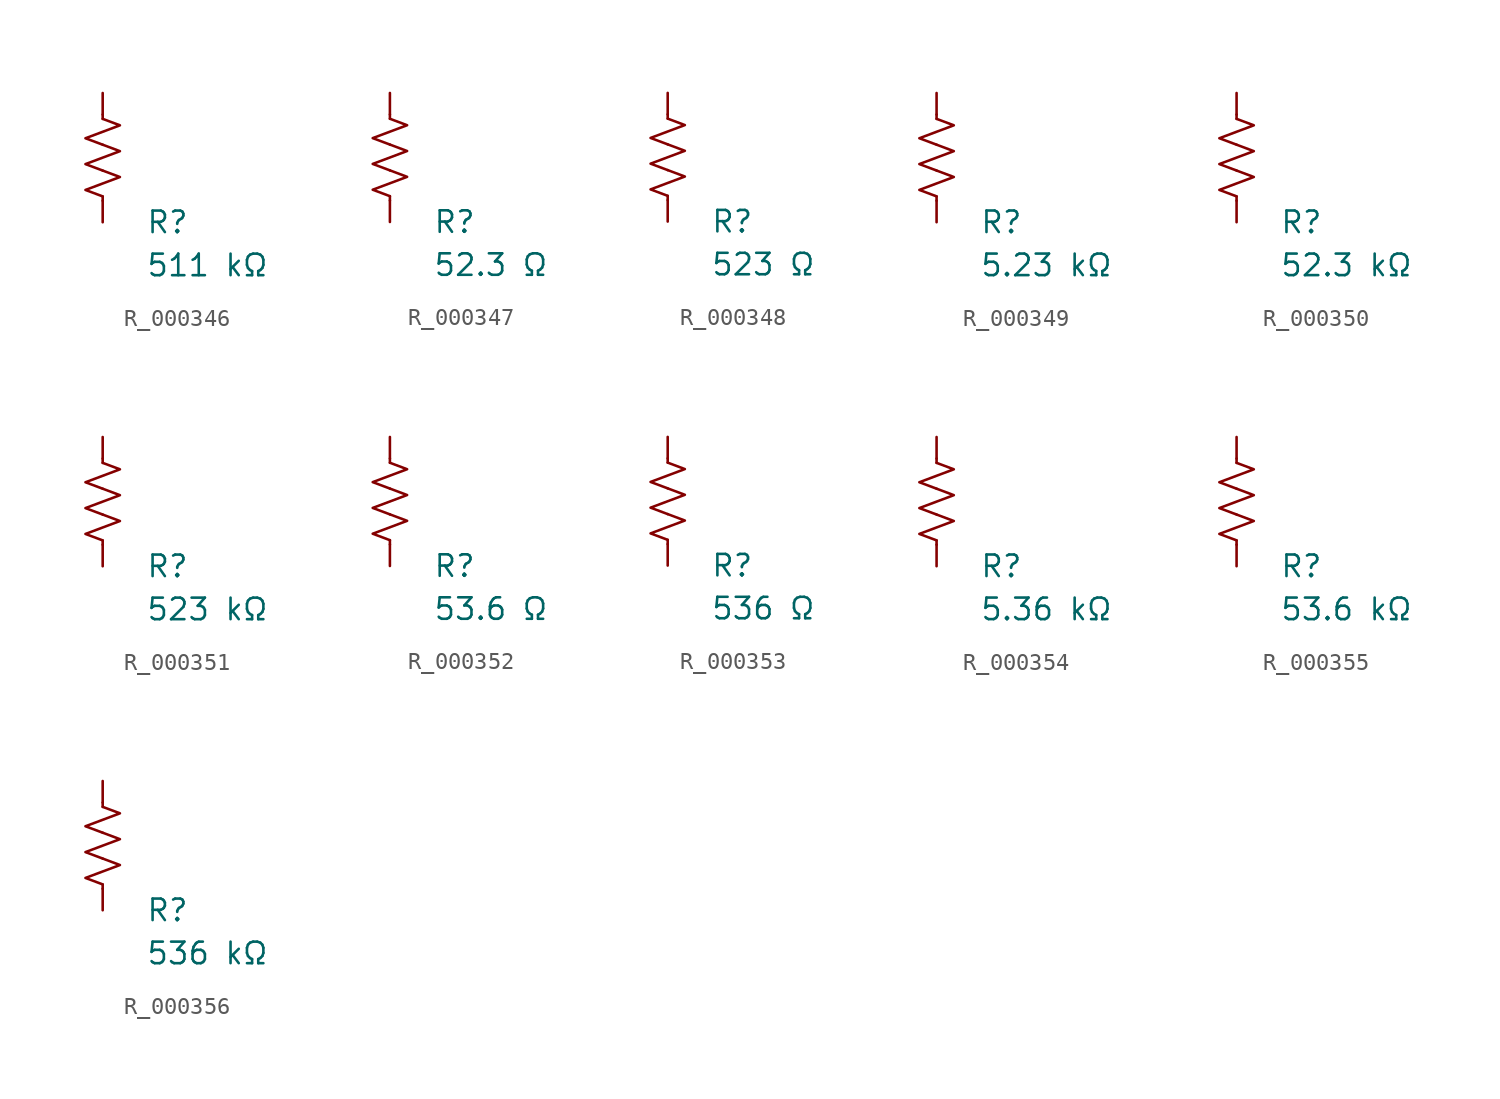
<source format=kicad_sym>
(kicad_symbol_lib
  (version 20231120)
  (generator "kicad_symbol_editor")
  (generator_version "8.0")
  (symbol "R_000346"
    (pin_numbers hide)
    (pin_names
      (offset 0))
    (property "Reference" "R"
      (at 2.54 -3.81 0)
      (effects (font (size 1.27 1.27)) (justify left))
      (show_name no))
    (property "Value" "511 kΩ"
      (at 2.54 -6.35 0)
      (effects (font (size 1.27 1.27)) (justify left))
      (show_name no))
    (symbol "R_000346_0_1"
      (polyline (pts (xy 0 -2.286) (xy 0 -2.54)) (stroke (width 0) (type default)) (fill (type none)))
      (polyline (pts (xy 0 2.286) (xy 0 2.54)) (stroke (width 0) (type default)) (fill (type none)))
      (polyline (pts (xy 0 -0.762) (xy 1.016 -1.143) (xy 0 -1.524) (xy -1.016 -1.905) (xy 0 -2.286)) (stroke (width 0) (type default)) (fill (type none)))
      (polyline (pts (xy 0 0.762) (xy 1.016 0.381) (xy 0 0) (xy -1.016 -0.381) (xy 0 -0.762)) (stroke (width 0) (type default)) (fill (type none)))
      (polyline (pts (xy 0 2.286) (xy 1.016 1.905) (xy 0 1.524) (xy -1.016 1.143) (xy 0 0.762)) (stroke (width 0) (type default)) (fill (type none))))
    (symbol "R_000346_1_1"
      (pin passive line (at 0 3.81 270) (length 1.27) (name "~" (effects (font (size 1.27 1.27)))) (number "1" (effects (font (size 1.27 1.27)))))
      (pin passive line (at 0 -3.81 90) (length 1.27) (name "~" (effects (font (size 1.27 1.27)))) (number "2" (effects (font (size 1.27 1.27)))))))
  (symbol "R_000347"
    (pin_numbers hide)
    (pin_names
      (offset 0))
    (property "Reference" "R"
      (at 2.54 -3.81 0)
      (effects (font (size 1.27 1.27)) (justify left))
      (show_name no))
    (property "Value" "52.3 Ω"
      (at 2.54 -6.35 0)
      (effects (font (size 1.27 1.27)) (justify left))
      (show_name no))
    (symbol "R_000347_0_1"
      (polyline (pts (xy 0 -2.286) (xy 0 -2.54)) (stroke (width 0) (type default)) (fill (type none)))
      (polyline (pts (xy 0 2.286) (xy 0 2.54)) (stroke (width 0) (type default)) (fill (type none)))
      (polyline (pts (xy 0 -0.762) (xy 1.016 -1.143) (xy 0 -1.524) (xy -1.016 -1.905) (xy 0 -2.286)) (stroke (width 0) (type default)) (fill (type none)))
      (polyline (pts (xy 0 0.762) (xy 1.016 0.381) (xy 0 0) (xy -1.016 -0.381) (xy 0 -0.762)) (stroke (width 0) (type default)) (fill (type none)))
      (polyline (pts (xy 0 2.286) (xy 1.016 1.905) (xy 0 1.524) (xy -1.016 1.143) (xy 0 0.762)) (stroke (width 0) (type default)) (fill (type none))))
    (symbol "R_000347_1_1"
      (pin passive line (at 0 3.81 270) (length 1.27) (name "~" (effects (font (size 1.27 1.27)))) (number "1" (effects (font (size 1.27 1.27)))))
      (pin passive line (at 0 -3.81 90) (length 1.27) (name "~" (effects (font (size 1.27 1.27)))) (number "2" (effects (font (size 1.27 1.27)))))))
  (symbol "R_000348"
    (pin_numbers hide)
    (pin_names
      (offset 0))
    (property "Reference" "R"
      (at 2.54 -3.81 0)
      (effects (font (size 1.27 1.27)) (justify left))
      (show_name no))
    (property "Value" "523 Ω"
      (at 2.54 -6.35 0)
      (effects (font (size 1.27 1.27)) (justify left))
      (show_name no))
    (symbol "R_000348_0_1"
      (polyline (pts (xy 0 -2.286) (xy 0 -2.54)) (stroke (width 0) (type default)) (fill (type none)))
      (polyline (pts (xy 0 2.286) (xy 0 2.54)) (stroke (width 0) (type default)) (fill (type none)))
      (polyline (pts (xy 0 -0.762) (xy 1.016 -1.143) (xy 0 -1.524) (xy -1.016 -1.905) (xy 0 -2.286)) (stroke (width 0) (type default)) (fill (type none)))
      (polyline (pts (xy 0 0.762) (xy 1.016 0.381) (xy 0 0) (xy -1.016 -0.381) (xy 0 -0.762)) (stroke (width 0) (type default)) (fill (type none)))
      (polyline (pts (xy 0 2.286) (xy 1.016 1.905) (xy 0 1.524) (xy -1.016 1.143) (xy 0 0.762)) (stroke (width 0) (type default)) (fill (type none))))
    (symbol "R_000348_1_1"
      (pin passive line (at 0 3.81 270) (length 1.27) (name "~" (effects (font (size 1.27 1.27)))) (number "1" (effects (font (size 1.27 1.27)))))
      (pin passive line (at 0 -3.81 90) (length 1.27) (name "~" (effects (font (size 1.27 1.27)))) (number "2" (effects (font (size 1.27 1.27)))))))
  (symbol "R_000349"
    (pin_numbers hide)
    (pin_names
      (offset 0))
    (property "Reference" "R"
      (at 2.54 -3.81 0)
      (effects (font (size 1.27 1.27)) (justify left))
      (show_name no))
    (property "Value" "5.23 kΩ"
      (at 2.54 -6.35 0)
      (effects (font (size 1.27 1.27)) (justify left))
      (show_name no))
    (symbol "R_000349_0_1"
      (polyline (pts (xy 0 -2.286) (xy 0 -2.54)) (stroke (width 0) (type default)) (fill (type none)))
      (polyline (pts (xy 0 2.286) (xy 0 2.54)) (stroke (width 0) (type default)) (fill (type none)))
      (polyline (pts (xy 0 -0.762) (xy 1.016 -1.143) (xy 0 -1.524) (xy -1.016 -1.905) (xy 0 -2.286)) (stroke (width 0) (type default)) (fill (type none)))
      (polyline (pts (xy 0 0.762) (xy 1.016 0.381) (xy 0 0) (xy -1.016 -0.381) (xy 0 -0.762)) (stroke (width 0) (type default)) (fill (type none)))
      (polyline (pts (xy 0 2.286) (xy 1.016 1.905) (xy 0 1.524) (xy -1.016 1.143) (xy 0 0.762)) (stroke (width 0) (type default)) (fill (type none))))
    (symbol "R_000349_1_1"
      (pin passive line (at 0 3.81 270) (length 1.27) (name "~" (effects (font (size 1.27 1.27)))) (number "1" (effects (font (size 1.27 1.27)))))
      (pin passive line (at 0 -3.81 90) (length 1.27) (name "~" (effects (font (size 1.27 1.27)))) (number "2" (effects (font (size 1.27 1.27)))))))
  (symbol "R_000350"
    (pin_numbers hide)
    (pin_names
      (offset 0))
    (property "Reference" "R"
      (at 2.54 -3.81 0)
      (effects (font (size 1.27 1.27)) (justify left))
      (show_name no))
    (property "Value" "52.3 kΩ"
      (at 2.54 -6.35 0)
      (effects (font (size 1.27 1.27)) (justify left))
      (show_name no))
    (symbol "R_000350_0_1"
      (polyline (pts (xy 0 -2.286) (xy 0 -2.54)) (stroke (width 0) (type default)) (fill (type none)))
      (polyline (pts (xy 0 2.286) (xy 0 2.54)) (stroke (width 0) (type default)) (fill (type none)))
      (polyline (pts (xy 0 -0.762) (xy 1.016 -1.143) (xy 0 -1.524) (xy -1.016 -1.905) (xy 0 -2.286)) (stroke (width 0) (type default)) (fill (type none)))
      (polyline (pts (xy 0 0.762) (xy 1.016 0.381) (xy 0 0) (xy -1.016 -0.381) (xy 0 -0.762)) (stroke (width 0) (type default)) (fill (type none)))
      (polyline (pts (xy 0 2.286) (xy 1.016 1.905) (xy 0 1.524) (xy -1.016 1.143) (xy 0 0.762)) (stroke (width 0) (type default)) (fill (type none))))
    (symbol "R_000350_1_1"
      (pin passive line (at 0 3.81 270) (length 1.27) (name "~" (effects (font (size 1.27 1.27)))) (number "1" (effects (font (size 1.27 1.27)))))
      (pin passive line (at 0 -3.81 90) (length 1.27) (name "~" (effects (font (size 1.27 1.27)))) (number "2" (effects (font (size 1.27 1.27)))))))
  (symbol "R_000351"
    (pin_numbers hide)
    (pin_names
      (offset 0))
    (property "Reference" "R"
      (at 2.54 -3.81 0)
      (effects (font (size 1.27 1.27)) (justify left))
      (show_name no))
    (property "Value" "523 kΩ"
      (at 2.54 -6.35 0)
      (effects (font (size 1.27 1.27)) (justify left))
      (show_name no))
    (symbol "R_000351_0_1"
      (polyline (pts (xy 0 -2.286) (xy 0 -2.54)) (stroke (width 0) (type default)) (fill (type none)))
      (polyline (pts (xy 0 2.286) (xy 0 2.54)) (stroke (width 0) (type default)) (fill (type none)))
      (polyline (pts (xy 0 -0.762) (xy 1.016 -1.143) (xy 0 -1.524) (xy -1.016 -1.905) (xy 0 -2.286)) (stroke (width 0) (type default)) (fill (type none)))
      (polyline (pts (xy 0 0.762) (xy 1.016 0.381) (xy 0 0) (xy -1.016 -0.381) (xy 0 -0.762)) (stroke (width 0) (type default)) (fill (type none)))
      (polyline (pts (xy 0 2.286) (xy 1.016 1.905) (xy 0 1.524) (xy -1.016 1.143) (xy 0 0.762)) (stroke (width 0) (type default)) (fill (type none))))
    (symbol "R_000351_1_1"
      (pin passive line (at 0 3.81 270) (length 1.27) (name "~" (effects (font (size 1.27 1.27)))) (number "1" (effects (font (size 1.27 1.27)))))
      (pin passive line (at 0 -3.81 90) (length 1.27) (name "~" (effects (font (size 1.27 1.27)))) (number "2" (effects (font (size 1.27 1.27)))))))
  (symbol "R_000352"
    (pin_numbers hide)
    (pin_names
      (offset 0))
    (property "Reference" "R"
      (at 2.54 -3.81 0)
      (effects (font (size 1.27 1.27)) (justify left))
      (show_name no))
    (property "Value" "53.6 Ω"
      (at 2.54 -6.35 0)
      (effects (font (size 1.27 1.27)) (justify left))
      (show_name no))
    (symbol "R_000352_0_1"
      (polyline (pts (xy 0 -2.286) (xy 0 -2.54)) (stroke (width 0) (type default)) (fill (type none)))
      (polyline (pts (xy 0 2.286) (xy 0 2.54)) (stroke (width 0) (type default)) (fill (type none)))
      (polyline (pts (xy 0 -0.762) (xy 1.016 -1.143) (xy 0 -1.524) (xy -1.016 -1.905) (xy 0 -2.286)) (stroke (width 0) (type default)) (fill (type none)))
      (polyline (pts (xy 0 0.762) (xy 1.016 0.381) (xy 0 0) (xy -1.016 -0.381) (xy 0 -0.762)) (stroke (width 0) (type default)) (fill (type none)))
      (polyline (pts (xy 0 2.286) (xy 1.016 1.905) (xy 0 1.524) (xy -1.016 1.143) (xy 0 0.762)) (stroke (width 0) (type default)) (fill (type none))))
    (symbol "R_000352_1_1"
      (pin passive line (at 0 3.81 270) (length 1.27) (name "~" (effects (font (size 1.27 1.27)))) (number "1" (effects (font (size 1.27 1.27)))))
      (pin passive line (at 0 -3.81 90) (length 1.27) (name "~" (effects (font (size 1.27 1.27)))) (number "2" (effects (font (size 1.27 1.27)))))))
  (symbol "R_000353"
    (pin_numbers hide)
    (pin_names
      (offset 0))
    (property "Reference" "R"
      (at 2.54 -3.81 0)
      (effects (font (size 1.27 1.27)) (justify left))
      (show_name no))
    (property "Value" "536 Ω"
      (at 2.54 -6.35 0)
      (effects (font (size 1.27 1.27)) (justify left))
      (show_name no))
    (symbol "R_000353_0_1"
      (polyline (pts (xy 0 -2.286) (xy 0 -2.54)) (stroke (width 0) (type default)) (fill (type none)))
      (polyline (pts (xy 0 2.286) (xy 0 2.54)) (stroke (width 0) (type default)) (fill (type none)))
      (polyline (pts (xy 0 -0.762) (xy 1.016 -1.143) (xy 0 -1.524) (xy -1.016 -1.905) (xy 0 -2.286)) (stroke (width 0) (type default)) (fill (type none)))
      (polyline (pts (xy 0 0.762) (xy 1.016 0.381) (xy 0 0) (xy -1.016 -0.381) (xy 0 -0.762)) (stroke (width 0) (type default)) (fill (type none)))
      (polyline (pts (xy 0 2.286) (xy 1.016 1.905) (xy 0 1.524) (xy -1.016 1.143) (xy 0 0.762)) (stroke (width 0) (type default)) (fill (type none))))
    (symbol "R_000353_1_1"
      (pin passive line (at 0 3.81 270) (length 1.27) (name "~" (effects (font (size 1.27 1.27)))) (number "1" (effects (font (size 1.27 1.27)))))
      (pin passive line (at 0 -3.81 90) (length 1.27) (name "~" (effects (font (size 1.27 1.27)))) (number "2" (effects (font (size 1.27 1.27)))))))
  (symbol "R_000354"
    (pin_numbers hide)
    (pin_names
      (offset 0))
    (property "Reference" "R"
      (at 2.54 -3.81 0)
      (effects (font (size 1.27 1.27)) (justify left))
      (show_name no))
    (property "Value" "5.36 kΩ"
      (at 2.54 -6.35 0)
      (effects (font (size 1.27 1.27)) (justify left))
      (show_name no))
    (symbol "R_000354_0_1"
      (polyline (pts (xy 0 -2.286) (xy 0 -2.54)) (stroke (width 0) (type default)) (fill (type none)))
      (polyline (pts (xy 0 2.286) (xy 0 2.54)) (stroke (width 0) (type default)) (fill (type none)))
      (polyline (pts (xy 0 -0.762) (xy 1.016 -1.143) (xy 0 -1.524) (xy -1.016 -1.905) (xy 0 -2.286)) (stroke (width 0) (type default)) (fill (type none)))
      (polyline (pts (xy 0 0.762) (xy 1.016 0.381) (xy 0 0) (xy -1.016 -0.381) (xy 0 -0.762)) (stroke (width 0) (type default)) (fill (type none)))
      (polyline (pts (xy 0 2.286) (xy 1.016 1.905) (xy 0 1.524) (xy -1.016 1.143) (xy 0 0.762)) (stroke (width 0) (type default)) (fill (type none))))
    (symbol "R_000354_1_1"
      (pin passive line (at 0 3.81 270) (length 1.27) (name "~" (effects (font (size 1.27 1.27)))) (number "1" (effects (font (size 1.27 1.27)))))
      (pin passive line (at 0 -3.81 90) (length 1.27) (name "~" (effects (font (size 1.27 1.27)))) (number "2" (effects (font (size 1.27 1.27)))))))
  (symbol "R_000355"
    (pin_numbers hide)
    (pin_names
      (offset 0))
    (property "Reference" "R"
      (at 2.54 -3.81 0)
      (effects (font (size 1.27 1.27)) (justify left))
      (show_name no))
    (property "Value" "53.6 kΩ"
      (at 2.54 -6.35 0)
      (effects (font (size 1.27 1.27)) (justify left))
      (show_name no))
    (symbol "R_000355_0_1"
      (polyline (pts (xy 0 -2.286) (xy 0 -2.54)) (stroke (width 0) (type default)) (fill (type none)))
      (polyline (pts (xy 0 2.286) (xy 0 2.54)) (stroke (width 0) (type default)) (fill (type none)))
      (polyline (pts (xy 0 -0.762) (xy 1.016 -1.143) (xy 0 -1.524) (xy -1.016 -1.905) (xy 0 -2.286)) (stroke (width 0) (type default)) (fill (type none)))
      (polyline (pts (xy 0 0.762) (xy 1.016 0.381) (xy 0 0) (xy -1.016 -0.381) (xy 0 -0.762)) (stroke (width 0) (type default)) (fill (type none)))
      (polyline (pts (xy 0 2.286) (xy 1.016 1.905) (xy 0 1.524) (xy -1.016 1.143) (xy 0 0.762)) (stroke (width 0) (type default)) (fill (type none))))
    (symbol "R_000355_1_1"
      (pin passive line (at 0 3.81 270) (length 1.27) (name "~" (effects (font (size 1.27 1.27)))) (number "1" (effects (font (size 1.27 1.27)))))
      (pin passive line (at 0 -3.81 90) (length 1.27) (name "~" (effects (font (size 1.27 1.27)))) (number "2" (effects (font (size 1.27 1.27)))))))
  (symbol "R_000356"
    (pin_numbers hide)
    (pin_names
      (offset 0))
    (property "Reference" "R"
      (at 2.54 -3.81 0)
      (effects (font (size 1.27 1.27)) (justify left))
      (show_name no))
    (property "Value" "536 kΩ"
      (at 2.54 -6.35 0)
      (effects (font (size 1.27 1.27)) (justify left))
      (show_name no))
    (symbol "R_000356_0_1"
      (polyline (pts (xy 0 -2.286) (xy 0 -2.54)) (stroke (width 0) (type default)) (fill (type none)))
      (polyline (pts (xy 0 2.286) (xy 0 2.54)) (stroke (width 0) (type default)) (fill (type none)))
      (polyline (pts (xy 0 -0.762) (xy 1.016 -1.143) (xy 0 -1.524) (xy -1.016 -1.905) (xy 0 -2.286)) (stroke (width 0) (type default)) (fill (type none)))
      (polyline (pts (xy 0 0.762) (xy 1.016 0.381) (xy 0 0) (xy -1.016 -0.381) (xy 0 -0.762)) (stroke (width 0) (type default)) (fill (type none)))
      (polyline (pts (xy 0 2.286) (xy 1.016 1.905) (xy 0 1.524) (xy -1.016 1.143) (xy 0 0.762)) (stroke (width 0) (type default)) (fill (type none))))
    (symbol "R_000356_1_1"
      (pin passive line (at 0 3.81 270) (length 1.27) (name "~" (effects (font (size 1.27 1.27)))) (number "1" (effects (font (size 1.27 1.27)))))
      (pin passive line (at 0 -3.81 90) (length 1.27) (name "~" (effects (font (size 1.27 1.27)))) (number "2" (effects (font (size 1.27 1.27))))))))
</source>
